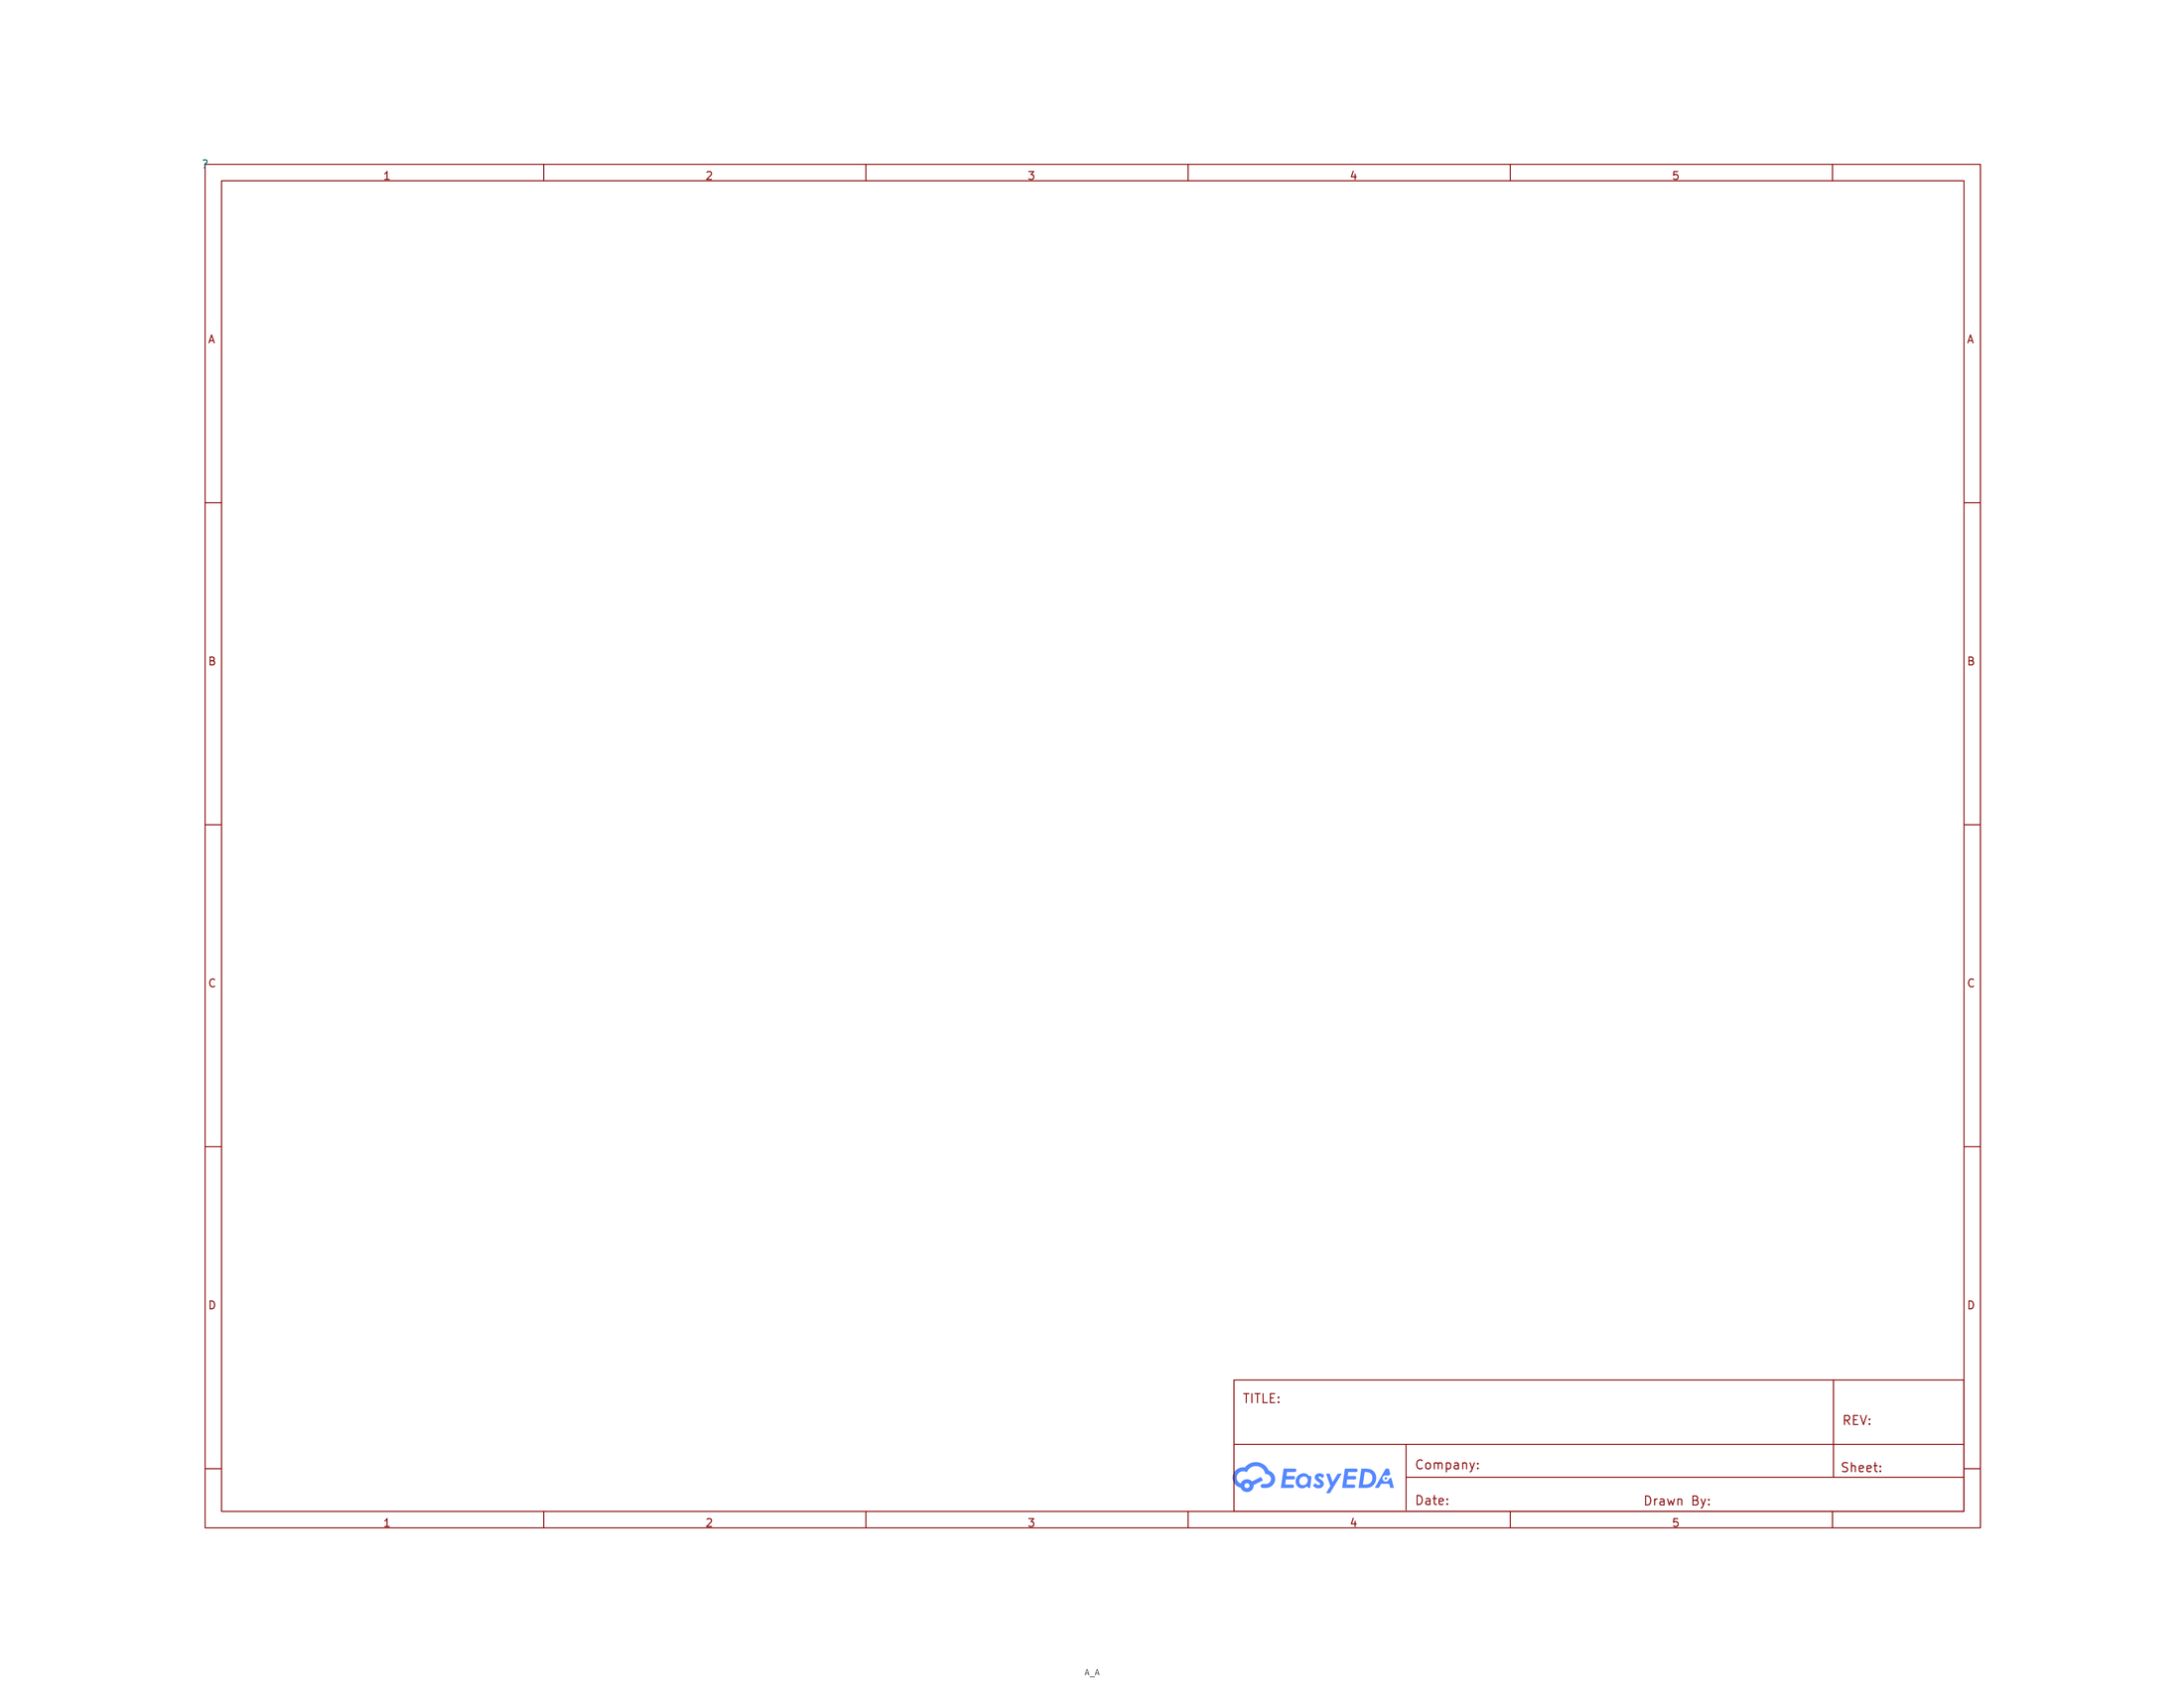
<source format=kicad_sym>
(kicad_symbol_lib
  (version 20231120)
  (generator "kicad_symbol_editor")
  (generator_version "8.0")
  (symbol "A_A"
    (property "Reference" ""
      (at 0 0 0)
      (effects (font (size 1.27 1.27))))
    (property "Value" ""
      (at 0 0 0)
      (effects (font (size 1.27 1.27))))
    (symbol "A_A_0_0"
      (polyline (pts (xy 174.221 -203.75) (xy 175.014 -202.439) (xy 175.627 -202.439) (xy 173.806 -205.457) (xy 173.206 -205.457) (xy 173.864 -204.348) (xy 173.212 -202.439) (xy 173.77 -202.439) (xy 174.221 -203.75)) (stroke (width -0.0001) (type solid)) (fill (type color) (color 85 136 255 1)))
      (polyline (pts (xy 183.15 -202.563) (xy 182.718 -202.79) (xy 182.702 -202.78) (xy 182.686 -202.771) (xy 182.67 -202.762) (xy 182.654 -202.754) (xy 182.637 -202.746) (xy 182.619 -202.739) (xy 182.601 -202.733) (xy 182.583 -202.727) (xy 182.565 -202.722) (xy 182.546 -202.717) (xy 182.527 -202.713) (xy 182.508 -202.71) (xy 182.489 -202.707) (xy 182.469 -202.705) (xy 182.449 -202.704) (xy 182.429 -202.704) (xy 182.403 -202.704) (xy 182.377 -202.706) (xy 182.352 -202.709) (xy 182.327 -202.714) (xy 182.303 -202.719) (xy 182.279 -202.726) (xy 182.255 -202.733) (xy 182.232 -202.742) (xy 182.21 -202.751) (xy 182.188 -202.762) (xy 182.167 -202.774) (xy 182.146 -202.786) (xy 182.126 -202.8) (xy 182.107 -202.814) (xy 182.089 -202.829) (xy 182.071 -202.845) (xy 182.055 -202.862) (xy 182.039 -202.879) (xy 182.024 -202.898) (xy 182.01 -202.916) (xy 181.997 -202.936) (xy 181.984 -202.956) (xy 181.973 -202.977) (xy 181.963 -202.998) (xy 181.954 -203.02) (xy 181.946 -203.042) (xy 181.939 -203.065) (xy 181.934 -203.089) (xy 181.929 -203.112) (xy 181.926 -203.137) (xy 181.924 -203.161) (xy 181.923 -203.186) (xy 181.924 -203.211) (xy 181.926 -203.235) (xy 181.929 -203.259) (xy 181.934 -203.283) (xy 181.939 -203.306) (xy 181.946 -203.329) (xy 181.954 -203.352) (xy 181.963 -203.374) (xy 181.973 -203.395) (xy 181.984 -203.416) (xy 181.997 -203.436) (xy 182.01 -203.455) (xy 182.024 -203.474) (xy 182.039 -203.493) (xy 182.055 -203.51) (xy 182.071 -203.527) (xy 182.089 -203.543) (xy 182.107 -203.558) (xy 182.126 -203.572) (xy 182.146 -203.585) (xy 182.167 -203.598) (xy 182.188 -203.61) (xy 182.21 -203.62) (xy 182.232 -203.63) (xy 182.255 -203.639) (xy 182.279 -203.646) (xy 182.303 -203.653) (xy 182.327 -203.658) (xy 182.352 -203.662) (xy 182.377 -203.665) (xy 182.403 -203.667) (xy 182.429 -203.668) (xy 182.453 -203.667) (xy 182.477 -203.666) (xy 182.501 -203.663) (xy 182.524 -203.659) (xy 182.547 -203.655) (xy 182.569 -203.649) (xy 182.591 -203.643) (xy 182.613 -203.635) (xy 182.634 -203.627) (xy 182.655 -203.617) (xy 182.675 -203.607) (xy 182.695 -203.596) (xy 182.714 -203.584) (xy 182.732 -203.572) (xy 182.75 -203.559) (xy 182.767 -203.545) (xy 182.783 -203.53) (xy 182.799 -203.515) (xy 182.814 -203.499) (xy 182.828 -203.482) (xy 182.842 -203.465) (xy 182.855 -203.447) (xy 182.867 -203.428) (xy 182.878 -203.409) (xy 182.888 -203.39) (xy 182.897 -203.37) (xy 182.905 -203.349) (xy 182.912 -203.328) (xy 182.919 -203.307) (xy 182.924 -203.285) (xy 182.928 -203.263) (xy 182.931 -203.241) (xy 183.28 -203.058) (xy 183.695 -204.642) (xy 183.127 -204.642) (xy 182.961 -204.008) (xy 181.722 -204.008) (xy 181.366 -204.642) (xy 180.736 -204.642) (xy 182.421 -201.667) (xy 182.916 -201.667) (xy 183.15 -202.563)) (stroke (width -0.0001) (type solid)) (fill (type color) (color 85 136 255 1)))
      (polyline (pts (xy 182.448 -202.988) (xy 182.458 -202.989) (xy 182.468 -202.99) (xy 182.478 -202.992) (xy 182.487 -202.994) (xy 182.496 -202.996) (xy 182.506 -202.999) (xy 182.514 -203.003) (xy 182.523 -203.006) (xy 182.531 -203.011) (xy 182.54 -203.015) (xy 182.548 -203.02) (xy 182.555 -203.025) (xy 182.562 -203.03) (xy 182.57 -203.036) (xy 182.576 -203.042) (xy 182.583 -203.049) (xy 182.589 -203.056) (xy 182.595 -203.063) (xy 182.6 -203.07) (xy 182.605 -203.078) (xy 182.61 -203.085) (xy 182.614 -203.093) (xy 182.618 -203.102) (xy 182.622 -203.11) (xy 182.625 -203.119) (xy 182.627 -203.127) (xy 182.63 -203.137) (xy 182.631 -203.146) (xy 182.632 -203.155) (xy 182.633 -203.164) (xy 182.633 -203.174) (xy 182.633 -203.184) (xy 182.632 -203.193) (xy 182.631 -203.202) (xy 182.63 -203.211) (xy 182.627 -203.22) (xy 182.625 -203.229) (xy 182.622 -203.238) (xy 182.618 -203.246) (xy 182.614 -203.255) (xy 182.61 -203.263) (xy 182.605 -203.27) (xy 182.6 -203.278) (xy 182.595 -203.285) (xy 182.589 -203.292) (xy 182.583 -203.299) (xy 182.576 -203.305) (xy 182.57 -203.312) (xy 182.562 -203.317) (xy 182.555 -203.323) (xy 182.548 -203.328) (xy 182.54 -203.333) (xy 182.531 -203.338) (xy 182.523 -203.342) (xy 182.514 -203.345) (xy 182.506 -203.349) (xy 182.496 -203.351) (xy 182.487 -203.354) (xy 182.478 -203.356) (xy 182.468 -203.358) (xy 182.458 -203.359) (xy 182.448 -203.36) (xy 182.438 -203.36) (xy 182.428 -203.36) (xy 182.418 -203.359) (xy 182.409 -203.358) (xy 182.399 -203.356) (xy 182.39 -203.354) (xy 182.38 -203.351) (xy 182.371 -203.349) (xy 182.363 -203.345) (xy 182.354 -203.342) (xy 182.345 -203.338) (xy 182.337 -203.333) (xy 182.329 -203.328) (xy 182.322 -203.323) (xy 182.314 -203.317) (xy 182.307 -203.312) (xy 182.3 -203.305) (xy 182.294 -203.299) (xy 182.288 -203.292) (xy 182.282 -203.285) (xy 182.277 -203.278) (xy 182.272 -203.27) (xy 182.267 -203.263) (xy 182.263 -203.255) (xy 182.259 -203.246) (xy 182.255 -203.238) (xy 182.252 -203.229) (xy 182.25 -203.22) (xy 182.247 -203.211) (xy 182.246 -203.202) (xy 182.244 -203.193) (xy 182.244 -203.184) (xy 182.243 -203.174) (xy 182.244 -203.164) (xy 182.244 -203.155) (xy 182.246 -203.146) (xy 182.247 -203.137) (xy 182.25 -203.127) (xy 182.252 -203.119) (xy 182.255 -203.11) (xy 182.259 -203.102) (xy 182.263 -203.093) (xy 182.267 -203.085) (xy 182.272 -203.078) (xy 182.277 -203.07) (xy 182.282 -203.063) (xy 182.288 -203.056) (xy 182.294 -203.049) (xy 182.3 -203.042) (xy 182.307 -203.036) (xy 182.314 -203.03) (xy 182.322 -203.025) (xy 182.329 -203.02) (xy 182.337 -203.015) (xy 182.345 -203.011) (xy 182.354 -203.006) (xy 182.363 -203.003) (xy 182.371 -202.999) (xy 182.38 -202.996) (xy 182.39 -202.994) (xy 182.399 -202.992) (xy 182.409 -202.99) (xy 182.418 -202.989) (xy 182.428 -202.988) (xy 182.438 -202.988) (xy 182.448 -202.988)) (stroke (width -0.0001) (type solid)) (fill (type color) (color 85 136 255 1)))
      (polyline (pts (xy 179.241 -201.663) (xy 179.325 -201.665) (xy 179.405 -201.668) (xy 179.482 -201.672) (xy 179.557 -201.678) (xy 179.629 -201.685) (xy 179.698 -201.693) (xy 179.764 -201.702) (xy 179.828 -201.712) (xy 179.889 -201.724) (xy 179.947 -201.737) (xy 180.002 -201.751) (xy 180.054 -201.767) (xy 180.104 -201.783) (xy 180.15 -201.801) (xy 180.195 -201.82) (xy 180.237 -201.84) (xy 180.278 -201.862) (xy 180.318 -201.885) (xy 180.357 -201.91) (xy 180.395 -201.936) (xy 180.433 -201.963) (xy 180.469 -201.992) (xy 180.504 -202.022) (xy 180.538 -202.054) (xy 180.571 -202.087) (xy 180.603 -202.121) (xy 180.634 -202.157) (xy 180.664 -202.194) (xy 180.693 -202.233) (xy 180.721 -202.273) (xy 180.749 -202.314) (xy 180.774 -202.357) (xy 180.798 -202.4) (xy 180.821 -202.444) (xy 180.842 -202.489) (xy 180.861 -202.535) (xy 180.879 -202.582) (xy 180.894 -202.629) (xy 180.909 -202.678) (xy 180.921 -202.727) (xy 180.932 -202.776) (xy 180.941 -202.827) (xy 180.949 -202.879) (xy 180.955 -202.931) (xy 180.959 -202.984) (xy 180.961 -203.038) (xy 180.962 -203.092) (xy 180.961 -203.149) (xy 180.959 -203.204) (xy 180.954 -203.259) (xy 180.948 -203.314) (xy 180.94 -203.368) (xy 180.931 -203.421) (xy 180.919 -203.474) (xy 180.906 -203.526) (xy 180.891 -203.578) (xy 180.874 -203.629) (xy 180.856 -203.68) (xy 180.835 -203.73) (xy 180.813 -203.779) (xy 180.789 -203.828) (xy 180.763 -203.876) (xy 180.736 -203.924) (xy 180.707 -203.97) (xy 180.677 -204.015) (xy 180.647 -204.058) (xy 180.615 -204.1) (xy 180.582 -204.14) (xy 180.549 -204.178) (xy 180.514 -204.215) (xy 180.479 -204.25) (xy 180.443 -204.284) (xy 180.405 -204.316) (xy 180.367 -204.347) (xy 180.328 -204.376) (xy 180.288 -204.403) (xy 180.248 -204.429) (xy 180.206 -204.453) (xy 180.163 -204.476) (xy 180.119 -204.497) (xy 180.073 -204.516) (xy 180.025 -204.535) (xy 179.974 -204.552) (xy 179.922 -204.567) (xy 179.867 -204.582) (xy 179.81 -204.595) (xy 179.752 -204.606) (xy 179.691 -204.616) (xy 179.628 -204.625) (xy 179.562 -204.633) (xy 179.495 -204.639) (xy 179.426 -204.643) (xy 179.354 -204.647) (xy 179.281 -204.649) (xy 179.205 -204.65) (xy 178.232 -204.65) (xy 178.306 -204.127) (xy 178.899 -204.127) (xy 179.093 -204.127) (xy 179.201 -204.126) (xy 179.301 -204.123) (xy 179.348 -204.12) (xy 179.393 -204.117) (xy 179.437 -204.114) (xy 179.478 -204.11) (xy 179.518 -204.105) (xy 179.555 -204.1) (xy 179.591 -204.094) (xy 179.625 -204.087) (xy 179.656 -204.08) (xy 179.686 -204.073) (xy 179.714 -204.065) (xy 179.74 -204.056) (xy 179.775 -204.043) (xy 179.809 -204.029) (xy 179.842 -204.013) (xy 179.874 -203.997) (xy 179.905 -203.979) (xy 179.935 -203.96) (xy 179.965 -203.94) (xy 179.994 -203.919) (xy 180.021 -203.897) (xy 180.048 -203.873) (xy 180.074 -203.849) (xy 180.099 -203.823) (xy 180.124 -203.797) (xy 180.147 -203.769) (xy 180.17 -203.74) (xy 180.191 -203.709) (xy 180.212 -203.678) (xy 180.232 -203.646) (xy 180.25 -203.613) (xy 180.266 -203.579) (xy 180.281 -203.544) (xy 180.295 -203.509) (xy 180.308 -203.472) (xy 180.319 -203.435) (xy 180.329 -203.396) (xy 180.338 -203.357) (xy 180.345 -203.316) (xy 180.352 -203.275) (xy 180.356 -203.233) (xy 180.36 -203.191) (xy 180.362 -203.147) (xy 180.363 -203.103) (xy 180.363 -203.066) (xy 180.361 -203.03) (xy 180.359 -202.995) (xy 180.356 -202.96) (xy 180.351 -202.927) (xy 180.346 -202.894) (xy 180.34 -202.862) (xy 180.333 -202.83) (xy 180.325 -202.799) (xy 180.316 -202.77) (xy 180.306 -202.74) (xy 180.295 -202.712) (xy 180.284 -202.684) (xy 180.271 -202.657) (xy 180.257 -202.631) (xy 180.243 -202.606) (xy 180.227 -202.581) (xy 180.211 -202.557) (xy 180.194 -202.534) (xy 180.176 -202.511) (xy 180.158 -202.489) (xy 180.138 -202.468) (xy 180.118 -202.448) (xy 180.098 -202.428) (xy 180.076 -202.409) (xy 180.054 -202.391) (xy 180.031 -202.373) (xy 180.007 -202.357) (xy 179.982 -202.34) (xy 179.957 -202.325) (xy 179.931 -202.31) (xy 179.904 -202.296) (xy 179.877 -202.283) (xy 179.848 -202.271) (xy 179.818 -202.259) (xy 179.786 -202.249) (xy 179.754 -202.239) (xy 179.721 -202.23) (xy 179.686 -202.222) (xy 179.65 -202.215) (xy 179.613 -202.208) (xy 179.576 -202.203) (xy 179.536 -202.198) (xy 179.496 -202.194) (xy 179.455 -202.191) (xy 179.412 -202.189) (xy 179.369 -202.188) (xy 179.324 -202.188) (xy 179.176 -202.188) (xy 178.899 -204.127) (xy 178.306 -204.127) (xy 178.659 -201.663) (xy 179.155 -201.663) (xy 179.241 -201.663)) (stroke (width -0.0001) (type solid)) (fill (type color) (color 85 136 255 1)))
      (polyline (pts (xy 168.358 -201.66) (xy 168.372 -201.661) (xy 168.386 -201.663) (xy 168.399 -201.665) (xy 168.413 -201.668) (xy 168.426 -201.672) (xy 168.439 -201.676) (xy 168.451 -201.68) (xy 168.464 -201.686) (xy 168.476 -201.692) (xy 168.487 -201.698) (xy 168.498 -201.705) (xy 168.509 -201.712) (xy 168.52 -201.72) (xy 168.53 -201.729) (xy 168.54 -201.737) (xy 168.549 -201.747) (xy 168.558 -201.756) (xy 168.566 -201.766) (xy 168.573 -201.777) (xy 168.581 -201.787) (xy 168.588 -201.798) (xy 168.594 -201.81) (xy 168.599 -201.821) (xy 168.604 -201.834) (xy 168.609 -201.846) (xy 168.612 -201.858) (xy 168.615 -201.871) (xy 168.618 -201.884) (xy 168.62 -201.897) (xy 168.621 -201.911) (xy 168.621 -201.924) (xy 168.621 -201.938) (xy 168.62 -201.951) (xy 168.618 -201.965) (xy 168.615 -201.978) (xy 168.612 -201.99) (xy 168.609 -202.003) (xy 168.604 -202.015) (xy 168.599 -202.027) (xy 168.594 -202.039) (xy 168.588 -202.05) (xy 168.581 -202.061) (xy 168.573 -202.072) (xy 168.566 -202.083) (xy 168.558 -202.093) (xy 168.549 -202.102) (xy 168.54 -202.112) (xy 168.53 -202.12) (xy 168.52 -202.129) (xy 168.509 -202.137) (xy 168.498 -202.144) (xy 168.487 -202.151) (xy 168.476 -202.157) (xy 168.464 -202.163) (xy 168.451 -202.168) (xy 168.439 -202.173) (xy 168.426 -202.177) (xy 168.413 -202.181) (xy 168.399 -202.184) (xy 168.386 -202.186) (xy 168.372 -202.188) (xy 168.358 -202.189) (xy 168.343 -202.189) (xy 167.172 -202.191) (xy 167.081 -202.811) (xy 168.179 -202.811) (xy 168.192 -202.813) (xy 168.204 -202.816) (xy 168.215 -202.819) (xy 168.227 -202.823) (xy 168.238 -202.827) (xy 168.25 -202.832) (xy 168.26 -202.837) (xy 168.271 -202.842) (xy 168.281 -202.848) (xy 168.291 -202.854) (xy 168.301 -202.861) (xy 168.31 -202.868) (xy 168.319 -202.876) (xy 168.328 -202.883) (xy 168.336 -202.892) (xy 168.344 -202.9) (xy 168.351 -202.909) (xy 168.358 -202.918) (xy 168.365 -202.928) (xy 168.371 -202.937) (xy 168.377 -202.947) (xy 168.382 -202.958) (xy 168.387 -202.968) (xy 168.392 -202.979) (xy 168.395 -202.99) (xy 168.399 -203.001) (xy 168.401 -203.013) (xy 168.404 -203.024) (xy 168.405 -203.036) (xy 168.407 -203.048) (xy 168.407 -203.06) (xy 168.407 -203.073) (xy 168.407 -203.086) (xy 168.406 -203.1) (xy 168.404 -203.113) (xy 168.402 -203.126) (xy 168.399 -203.139) (xy 168.395 -203.151) (xy 168.39 -203.164) (xy 168.385 -203.176) (xy 168.38 -203.187) (xy 168.374 -203.199) (xy 168.367 -203.21) (xy 168.36 -203.221) (xy 168.352 -203.231) (xy 168.344 -203.241) (xy 168.335 -203.251) (xy 168.326 -203.26) (xy 168.316 -203.269) (xy 168.306 -203.277) (xy 168.296 -203.285) (xy 168.285 -203.292) (xy 168.273 -203.299) (xy 168.262 -203.305) (xy 168.25 -203.311) (xy 168.238 -203.317) (xy 168.225 -203.321) (xy 168.212 -203.326) (xy 168.199 -203.329) (xy 168.185 -203.332) (xy 168.172 -203.334) (xy 168.158 -203.336) (xy 168.144 -203.337) (xy 168.13 -203.338) (xy 167.001 -203.336) (xy 166.886 -204.129) (xy 167.981 -204.127) (xy 167.995 -204.128) (xy 168.009 -204.129) (xy 168.023 -204.131) (xy 168.037 -204.133) (xy 168.05 -204.136) (xy 168.063 -204.139) (xy 168.076 -204.143) (xy 168.088 -204.148) (xy 168.1 -204.153) (xy 168.112 -204.159) (xy 168.124 -204.166) (xy 168.135 -204.172) (xy 168.145 -204.18) (xy 168.156 -204.187) (xy 168.166 -204.196) (xy 168.175 -204.204) (xy 168.185 -204.213) (xy 168.193 -204.223) (xy 168.201 -204.233) (xy 168.209 -204.243) (xy 168.216 -204.254) (xy 168.223 -204.265) (xy 168.229 -204.276) (xy 168.234 -204.287) (xy 168.239 -204.299) (xy 168.244 -204.312) (xy 168.247 -204.324) (xy 168.25 -204.337) (xy 168.253 -204.35) (xy 168.255 -204.363) (xy 168.256 -204.376) (xy 168.256 -204.389) (xy 168.256 -204.403) (xy 168.255 -204.416) (xy 168.253 -204.428) (xy 168.25 -204.441) (xy 168.248 -204.453) (xy 168.244 -204.465) (xy 168.24 -204.477) (xy 168.235 -204.489) (xy 168.23 -204.501) (xy 168.224 -204.512) (xy 168.217 -204.523) (xy 168.21 -204.533) (xy 168.203 -204.543) (xy 168.195 -204.553) (xy 168.186 -204.562) (xy 168.177 -204.571) (xy 168.168 -204.58) (xy 168.158 -204.588) (xy 168.148 -204.596) (xy 168.138 -204.603) (xy 168.127 -204.61) (xy 168.115 -204.616) (xy 168.104 -204.622) (xy 168.092 -204.628) (xy 168.08 -204.632) (xy 168.067 -204.637) (xy 168.055 -204.64) (xy 168.042 -204.643) (xy 168.028 -204.646) (xy 168.015 -204.648) (xy 168.001 -204.649) (xy 167.988 -204.65) (xy 166.221 -204.65) (xy 166.652 -201.66) (xy 168.343 -201.66) (xy 168.358 -201.66)) (stroke (width -0.0001) (type solid)) (fill (type color) (color 85 136 255 1)))
      (polyline (pts (xy 177.82 -201.661) (xy 177.834 -201.662) (xy 177.848 -201.664) (xy 177.862 -201.667) (xy 177.875 -201.669) (xy 177.889 -201.673) (xy 177.902 -201.677) (xy 177.914 -201.682) (xy 177.927 -201.687) (xy 177.939 -201.693) (xy 177.95 -201.7) (xy 177.962 -201.706) (xy 177.972 -201.714) (xy 177.983 -201.722) (xy 177.993 -201.73) (xy 178.003 -201.739) (xy 178.012 -201.748) (xy 178.021 -201.757) (xy 178.029 -201.767) (xy 178.037 -201.778) (xy 178.044 -201.788) (xy 178.051 -201.799) (xy 178.057 -201.811) (xy 178.063 -201.822) (xy 178.068 -201.834) (xy 178.073 -201.846) (xy 178.077 -201.859) (xy 178.08 -201.872) (xy 178.083 -201.885) (xy 178.084 -201.898) (xy 178.086 -201.911) (xy 178.087 -201.924) (xy 178.086 -201.938) (xy 178.085 -201.951) (xy 178.083 -201.965) (xy 178.081 -201.978) (xy 178.078 -201.99) (xy 178.074 -202.003) (xy 178.07 -202.015) (xy 178.065 -202.027) (xy 178.059 -202.039) (xy 178.053 -202.05) (xy 178.046 -202.061) (xy 178.039 -202.072) (xy 178.031 -202.083) (xy 178.023 -202.093) (xy 178.014 -202.102) (xy 178.005 -202.112) (xy 177.995 -202.12) (xy 177.985 -202.129) (xy 177.975 -202.137) (xy 177.964 -202.144) (xy 177.952 -202.151) (xy 177.941 -202.157) (xy 177.929 -202.163) (xy 177.917 -202.168) (xy 177.904 -202.173) (xy 177.891 -202.177) (xy 177.878 -202.181) (xy 177.865 -202.184) (xy 177.851 -202.186) (xy 177.837 -202.188) (xy 177.823 -202.189) (xy 177.809 -202.189) (xy 176.637 -202.191) (xy 176.546 -202.811) (xy 177.645 -202.811) (xy 177.657 -202.813) (xy 177.669 -202.816) (xy 177.681 -202.819) (xy 177.692 -202.823) (xy 177.704 -202.827) (xy 177.715 -202.832) (xy 177.726 -202.837) (xy 177.736 -202.842) (xy 177.746 -202.848) (xy 177.756 -202.854) (xy 177.766 -202.861) (xy 177.775 -202.868) (xy 177.785 -202.875) (xy 177.793 -202.883) (xy 177.802 -202.891) (xy 177.81 -202.9) (xy 177.817 -202.909) (xy 177.824 -202.918) (xy 177.831 -202.927) (xy 177.837 -202.937) (xy 177.843 -202.947) (xy 177.849 -202.957) (xy 177.854 -202.968) (xy 177.858 -202.978) (xy 177.862 -202.989) (xy 177.866 -203) (xy 177.869 -203.012) (xy 177.871 -203.023) (xy 177.873 -203.035) (xy 177.875 -203.047) (xy 177.875 -203.059) (xy 177.876 -203.071) (xy 177.875 -203.085) (xy 177.874 -203.098) (xy 177.873 -203.112) (xy 177.87 -203.125) (xy 177.867 -203.137) (xy 177.863 -203.15) (xy 177.859 -203.162) (xy 177.854 -203.174) (xy 177.848 -203.186) (xy 177.842 -203.197) (xy 177.835 -203.208) (xy 177.828 -203.219) (xy 177.821 -203.23) (xy 177.812 -203.24) (xy 177.804 -203.249) (xy 177.794 -203.258) (xy 177.785 -203.267) (xy 177.774 -203.275) (xy 177.764 -203.283) (xy 177.753 -203.291) (xy 177.742 -203.298) (xy 177.73 -203.304) (xy 177.718 -203.31) (xy 177.706 -203.315) (xy 177.693 -203.32) (xy 177.68 -203.324) (xy 177.667 -203.328) (xy 177.654 -203.331) (xy 177.64 -203.333) (xy 177.626 -203.335) (xy 177.612 -203.336) (xy 177.598 -203.336) (xy 176.468 -203.335) (xy 176.353 -204.127) (xy 177.448 -204.126) (xy 177.462 -204.126) (xy 177.476 -204.127) (xy 177.49 -204.129) (xy 177.504 -204.131) (xy 177.517 -204.134) (xy 177.53 -204.138) (xy 177.543 -204.142) (xy 177.555 -204.147) (xy 177.567 -204.152) (xy 177.579 -204.158) (xy 177.59 -204.164) (xy 177.602 -204.171) (xy 177.612 -204.178) (xy 177.623 -204.186) (xy 177.633 -204.194) (xy 177.642 -204.203) (xy 177.651 -204.212) (xy 177.66 -204.221) (xy 177.668 -204.231) (xy 177.676 -204.242) (xy 177.683 -204.252) (xy 177.69 -204.263) (xy 177.696 -204.274) (xy 177.701 -204.286) (xy 177.706 -204.298) (xy 177.71 -204.31) (xy 177.714 -204.322) (xy 177.717 -204.335) (xy 177.72 -204.348) (xy 177.721 -204.361) (xy 177.722 -204.374) (xy 177.723 -204.388) (xy 177.722 -204.401) (xy 177.721 -204.414) (xy 177.72 -204.427) (xy 177.717 -204.439) (xy 177.714 -204.452) (xy 177.711 -204.464) (xy 177.707 -204.476) (xy 177.702 -204.488) (xy 177.696 -204.499) (xy 177.69 -204.51) (xy 177.684 -204.521) (xy 177.677 -204.531) (xy 177.67 -204.542) (xy 177.662 -204.551) (xy 177.653 -204.561) (xy 177.644 -204.57) (xy 177.635 -204.578) (xy 177.625 -204.587) (xy 177.615 -204.594) (xy 177.605 -204.602) (xy 177.594 -204.609) (xy 177.582 -204.615) (xy 177.571 -204.621) (xy 177.559 -204.626) (xy 177.547 -204.631) (xy 177.534 -204.635) (xy 177.522 -204.639) (xy 177.509 -204.642) (xy 177.495 -204.644) (xy 177.482 -204.646) (xy 177.468 -204.648) (xy 177.454 -204.648) (xy 175.687 -204.648) (xy 176.114 -201.661) (xy 177.806 -201.661) (xy 177.82 -201.661)) (stroke (width -0.0001) (type solid)) (fill (type color) (color 85 136 255 1)))
      (polyline (pts (xy 169.783 -202.384) (xy 169.811 -202.386) (xy 169.841 -202.387) (xy 169.87 -202.39) (xy 169.901 -202.393) (xy 169.931 -202.397) (xy 169.962 -202.402) (xy 169.992 -202.407) (xy 170.023 -202.414) (xy 170.052 -202.421) (xy 170.082 -202.428) (xy 170.11 -202.437) (xy 170.138 -202.446) (xy 170.164 -202.456) (xy 170.189 -202.466) (xy 170.213 -202.478) (xy 170.235 -202.49) (xy 170.257 -202.502) (xy 170.278 -202.516) (xy 170.299 -202.53) (xy 170.319 -202.545) (xy 170.339 -202.56) (xy 170.359 -202.576) (xy 170.378 -202.593) (xy 170.396 -202.61) (xy 170.414 -202.628) (xy 170.432 -202.647) (xy 170.449 -202.667) (xy 170.465 -202.687) (xy 170.482 -202.708) (xy 170.497 -202.729) (xy 170.512 -202.751) (xy 170.533 -202.787) (xy 170.728 -202.787) (xy 170.739 -202.788) (xy 170.75 -202.788) (xy 170.761 -202.79) (xy 170.771 -202.792) (xy 170.782 -202.794) (xy 170.792 -202.797) (xy 170.802 -202.8) (xy 170.812 -202.804) (xy 170.822 -202.809) (xy 170.831 -202.813) (xy 170.84 -202.818) (xy 170.849 -202.823) (xy 170.858 -202.829) (xy 170.866 -202.835) (xy 170.874 -202.842) (xy 170.881 -202.849) (xy 170.888 -202.856) (xy 170.895 -202.864) (xy 170.901 -202.871) (xy 170.908 -202.88) (xy 170.913 -202.888) (xy 170.918 -202.897) (xy 170.923 -202.906) (xy 170.928 -202.915) (xy 170.931 -202.924) (xy 170.935 -202.934) (xy 170.938 -202.944) (xy 170.94 -202.954) (xy 170.942 -202.964) (xy 170.943 -202.974) (xy 170.944 -202.985) (xy 170.945 -202.995) (xy 170.948 -202.995) (xy 170.75 -204.586) (xy 170.742 -204.65) (xy 170.685 -204.65) (xy 170.663 -204.648) (xy 170.64 -204.645) (xy 170.618 -204.642) (xy 170.596 -204.637) (xy 170.575 -204.632) (xy 170.553 -204.627) (xy 170.532 -204.62) (xy 170.512 -204.613) (xy 170.491 -204.605) (xy 170.471 -204.596) (xy 170.452 -204.587) (xy 170.433 -204.577) (xy 170.414 -204.566) (xy 170.396 -204.555) (xy 170.378 -204.543) (xy 170.361 -204.531) (xy 170.359 -204.53) (xy 170.354 -204.526) (xy 170.337 -204.513) (xy 170.287 -204.472) (xy 170.214 -204.412) (xy 170.191 -204.432) (xy 170.168 -204.451) (xy 170.146 -204.47) (xy 170.123 -204.488) (xy 170.101 -204.505) (xy 170.079 -204.521) (xy 170.057 -204.537) (xy 170.035 -204.551) (xy 170.014 -204.565) (xy 169.992 -204.578) (xy 169.971 -204.591) (xy 169.95 -204.602) (xy 169.929 -204.613) (xy 169.909 -204.623) (xy 169.888 -204.632) (xy 169.868 -204.641) (xy 169.847 -204.649) (xy 169.827 -204.656) (xy 169.806 -204.663) (xy 169.785 -204.67) (xy 169.763 -204.676) (xy 169.741 -204.681) (xy 169.719 -204.686) (xy 169.697 -204.69) (xy 169.674 -204.694) (xy 169.651 -204.697) (xy 169.628 -204.7) (xy 169.604 -204.702) (xy 169.58 -204.704) (xy 169.555 -204.705) (xy 169.531 -204.706) (xy 169.506 -204.706) (xy 169.449 -204.705) (xy 169.393 -204.701) (xy 169.339 -204.695) (xy 169.287 -204.686) (xy 169.236 -204.675) (xy 169.186 -204.661) (xy 169.138 -204.644) (xy 169.092 -204.626) (xy 169.047 -204.604) (xy 169.003 -204.58) (xy 168.961 -204.554) (xy 168.92 -204.525) (xy 168.881 -204.493) (xy 168.843 -204.459) (xy 168.807 -204.423) (xy 168.772 -204.383) (xy 168.74 -204.343) (xy 168.709 -204.301) (xy 168.68 -204.258) (xy 168.654 -204.215) (xy 168.629 -204.171) (xy 168.607 -204.126) (xy 168.587 -204.081) (xy 168.569 -204.034) (xy 168.553 -203.987) (xy 168.539 -203.939) (xy 168.527 -203.889) (xy 168.518 -203.84) (xy 168.511 -203.789) (xy 168.505 -203.738) (xy 168.502 -203.685) (xy 168.501 -203.645) (xy 169.069 -203.645) (xy 169.07 -203.678) (xy 169.071 -203.709) (xy 169.075 -203.739) (xy 169.079 -203.769) (xy 169.084 -203.798) (xy 169.091 -203.826) (xy 169.1 -203.853) (xy 169.109 -203.88) (xy 169.12 -203.905) (xy 169.131 -203.93) (xy 169.145 -203.954) (xy 169.159 -203.978) (xy 169.175 -204) (xy 169.192 -204.022) (xy 169.21 -204.043) (xy 169.23 -204.064) (xy 169.25 -204.083) (xy 169.271 -204.101) (xy 169.293 -204.118) (xy 169.316 -204.134) (xy 169.339 -204.148) (xy 169.363 -204.161) (xy 169.388 -204.173) (xy 169.414 -204.183) (xy 169.44 -204.192) (xy 169.467 -204.201) (xy 169.494 -204.207) (xy 169.523 -204.213) (xy 169.552 -204.217) (xy 169.581 -204.22) (xy 169.612 -204.222) (xy 169.643 -204.223) (xy 169.669 -204.222) (xy 169.695 -204.221) (xy 169.72 -204.22) (xy 169.745 -204.217) (xy 169.769 -204.214) (xy 169.793 -204.21) (xy 169.817 -204.206) (xy 169.84 -204.2) (xy 169.863 -204.195) (xy 169.885 -204.188) (xy 169.907 -204.18) (xy 169.928 -204.173) (xy 169.949 -204.164) (xy 169.97 -204.154) (xy 169.99 -204.144) (xy 170.01 -204.133) (xy 170.029 -204.122) (xy 170.048 -204.109) (xy 170.067 -204.096) (xy 170.085 -204.082) (xy 170.103 -204.068) (xy 170.12 -204.052) (xy 170.137 -204.036) (xy 170.154 -204.019) (xy 170.17 -204.001) (xy 170.186 -203.982) (xy 170.201 -203.963) (xy 170.216 -203.942) (xy 170.231 -203.921) (xy 170.245 -203.9) (xy 170.259 -203.877) (xy 170.272 -203.854) (xy 170.285 -203.83) (xy 170.297 -203.806) (xy 170.308 -203.782) (xy 170.318 -203.758) (xy 170.328 -203.734) (xy 170.336 -203.71) (xy 170.344 -203.685) (xy 170.351 -203.661) (xy 170.358 -203.637) (xy 170.363 -203.612) (xy 170.368 -203.588) (xy 170.371 -203.563) (xy 170.374 -203.538) (xy 170.376 -203.514) (xy 170.378 -203.489) (xy 170.378 -203.464) (xy 170.377 -203.431) (xy 170.376 -203.4) (xy 170.373 -203.369) (xy 170.368 -203.339) (xy 170.363 -203.31) (xy 170.356 -203.281) (xy 170.348 -203.254) (xy 170.338 -203.227) (xy 170.328 -203.201) (xy 170.316 -203.176) (xy 170.303 -203.152) (xy 170.289 -203.128) (xy 170.273 -203.105) (xy 170.256 -203.083) (xy 170.238 -203.062) (xy 170.219 -203.042) (xy 170.199 -203.022) (xy 170.178 -203.004) (xy 170.156 -202.988) (xy 170.133 -202.972) (xy 170.109 -202.958) (xy 170.085 -202.945) (xy 170.06 -202.933) (xy 170.034 -202.922) (xy 170.007 -202.913) (xy 169.98 -202.905) (xy 169.951 -202.898) (xy 169.922 -202.892) (xy 169.892 -202.888) (xy 169.862 -202.885) (xy 169.83 -202.883) (xy 169.798 -202.882) (xy 169.76 -202.883) (xy 169.723 -202.886) (xy 169.687 -202.89) (xy 169.651 -202.896) (xy 169.617 -202.903) (xy 169.583 -202.912) (xy 169.549 -202.923) (xy 169.517 -202.935) (xy 169.485 -202.949) (xy 169.453 -202.965) (xy 169.423 -202.982) (xy 169.393 -203.002) (xy 169.364 -203.023) (xy 169.336 -203.045) (xy 169.308 -203.069) (xy 169.281 -203.095) (xy 169.255 -203.122) (xy 169.231 -203.151) (xy 169.209 -203.18) (xy 169.188 -203.21) (xy 169.169 -203.241) (xy 169.152 -203.273) (xy 169.136 -203.306) (xy 169.122 -203.34) (xy 169.109 -203.375) (xy 169.099 -203.41) (xy 169.089 -203.447) (xy 169.082 -203.485) (xy 169.076 -203.524) (xy 169.072 -203.563) (xy 169.07 -203.604) (xy 169.069 -203.645) (xy 168.501 -203.645) (xy 168.501 -203.632) (xy 168.502 -203.591) (xy 168.504 -203.551) (xy 168.507 -203.511) (xy 168.512 -203.471) (xy 168.518 -203.431) (xy 168.526 -203.392) (xy 168.535 -203.352) (xy 168.545 -203.313) (xy 168.557 -203.275) (xy 168.57 -203.236) (xy 168.584 -203.198) (xy 168.6 -203.16) (xy 168.617 -203.122) (xy 168.635 -203.084) (xy 168.655 -203.047) (xy 168.676 -203.01) (xy 168.698 -202.974) (xy 168.721 -202.938) (xy 168.745 -202.904) (xy 168.77 -202.87) (xy 168.796 -202.838) (xy 168.823 -202.806) (xy 168.85 -202.776) (xy 168.879 -202.747) (xy 168.909 -202.719) (xy 168.939 -202.691) (xy 168.971 -202.665) (xy 169.003 -202.64) (xy 169.037 -202.616) (xy 169.071 -202.593) (xy 169.106 -202.57) (xy 169.142 -202.549) (xy 169.179 -202.529) (xy 169.216 -202.511) (xy 169.253 -202.493) (xy 169.29 -202.477) (xy 169.328 -202.462) (xy 169.366 -202.449) (xy 169.404 -202.436) (xy 169.442 -202.425) (xy 169.48 -202.416) (xy 169.519 -202.407) (xy 169.558 -202.4) (xy 169.597 -202.394) (xy 169.636 -202.39) (xy 169.676 -202.387) (xy 169.715 -202.385) (xy 169.756 -202.384) (xy 169.783 -202.384)) (stroke (width -0.0001) (type solid)) (fill (type color) (color 85 136 255 1)))
      (polyline (pts (xy 172.23 -202.383) (xy 172.256 -202.384) (xy 172.282 -202.386) (xy 172.308 -202.388) (xy 172.333 -202.392) (xy 172.359 -202.396) (xy 172.384 -202.401) (xy 172.41 -202.406) (xy 172.435 -202.412) (xy 172.459 -202.42) (xy 172.484 -202.427) (xy 172.509 -202.436) (xy 172.533 -202.445) (xy 172.557 -202.455) (xy 172.581 -202.466) (xy 172.605 -202.478) (xy 172.628 -202.49) (xy 172.651 -202.503) (xy 172.674 -202.517) (xy 172.696 -202.531) (xy 172.717 -202.546) (xy 172.738 -202.561) (xy 172.758 -202.577) (xy 172.778 -202.594) (xy 172.798 -202.611) (xy 172.817 -202.629) (xy 172.835 -202.647) (xy 172.853 -202.666) (xy 172.87 -202.686) (xy 172.887 -202.706) (xy 172.904 -202.727) (xy 172.92 -202.749) (xy 172.649 -203.164) (xy 172.635 -203.145) (xy 172.622 -203.127) (xy 172.609 -203.11) (xy 172.595 -203.094) (xy 172.582 -203.078) (xy 172.568 -203.063) (xy 172.554 -203.048) (xy 172.541 -203.034) (xy 172.527 -203.021) (xy 172.513 -203.008) (xy 172.499 -202.996) (xy 172.485 -202.984) (xy 172.471 -202.974) (xy 172.457 -202.963) (xy 172.443 -202.954) (xy 172.429 -202.945) (xy 172.414 -202.936) (xy 172.4 -202.929) (xy 172.386 -202.921) (xy 172.372 -202.915) (xy 172.358 -202.908) (xy 172.344 -202.903) (xy 172.331 -202.897) (xy 172.317 -202.893) (xy 172.304 -202.888) (xy 172.291 -202.885) (xy 172.277 -202.882) (xy 172.264 -202.879) (xy 172.251 -202.877) (xy 172.238 -202.876) (xy 172.226 -202.875) (xy 172.213 -202.875) (xy 172.204 -202.875) (xy 172.195 -202.876) (xy 172.186 -202.876) (xy 172.177 -202.877) (xy 172.168 -202.879) (xy 172.16 -202.881) (xy 172.151 -202.883) (xy 172.143 -202.885) (xy 172.135 -202.888) (xy 172.127 -202.891) (xy 172.119 -202.894) (xy 172.112 -202.898) (xy 172.105 -202.901) (xy 172.097 -202.906) (xy 172.09 -202.91) (xy 172.084 -202.915) (xy 172.077 -202.92) (xy 172.071 -202.925) (xy 172.065 -202.93) (xy 172.06 -202.936) (xy 172.055 -202.941) (xy 172.051 -202.947) (xy 172.047 -202.952) (xy 172.043 -202.958) (xy 172.04 -202.963) (xy 172.037 -202.969) (xy 172.035 -202.975) (xy 172.033 -202.981) (xy 172.032 -202.987) (xy 172.031 -202.993) (xy 172.03 -203) (xy 172.031 -203.006) (xy 172.031 -203.012) (xy 172.031 -203.018) (xy 172.032 -203.024) (xy 172.033 -203.03) (xy 172.035 -203.037) (xy 172.036 -203.043) (xy 172.039 -203.049) (xy 172.041 -203.055) (xy 172.044 -203.061) (xy 172.047 -203.067) (xy 172.05 -203.073) (xy 172.054 -203.079) (xy 172.058 -203.086) (xy 172.063 -203.092) (xy 172.068 -203.098) (xy 172.073 -203.104) (xy 172.078 -203.111) (xy 172.085 -203.118) (xy 172.103 -203.134) (xy 172.126 -203.154) (xy 172.154 -203.176) (xy 172.187 -203.201) (xy 172.225 -203.228) (xy 172.269 -203.259) (xy 172.318 -203.293) (xy 172.358 -203.321) (xy 172.396 -203.348) (xy 172.433 -203.374) (xy 172.468 -203.401) (xy 172.5 -203.426) (xy 172.532 -203.452) (xy 172.561 -203.476) (xy 172.589 -203.5) (xy 172.615 -203.524) (xy 172.639 -203.547) (xy 172.662 -203.57) (xy 172.683 -203.592) (xy 172.702 -203.613) (xy 172.719 -203.635) (xy 172.735 -203.655) (xy 172.748 -203.675) (xy 172.761 -203.695) (xy 172.773 -203.716) (xy 172.783 -203.736) (xy 172.793 -203.757) (xy 172.803 -203.778) (xy 172.811 -203.799) (xy 172.819 -203.82) (xy 172.826 -203.842) (xy 172.832 -203.864) (xy 172.837 -203.886) (xy 172.841 -203.908) (xy 172.845 -203.93) (xy 172.848 -203.953) (xy 172.85 -203.976) (xy 172.851 -203.999) (xy 172.851 -204.022) (xy 172.851 -204.053) (xy 172.848 -204.083) (xy 172.844 -204.113) (xy 172.838 -204.143) (xy 172.831 -204.173) (xy 172.822 -204.203) (xy 172.811 -204.232) (xy 172.798 -204.261) (xy 172.784 -204.29) (xy 172.769 -204.319) (xy 172.751 -204.348) (xy 172.732 -204.376) (xy 172.711 -204.404) (xy 172.689 -204.432) (xy 172.665 -204.46) (xy 172.639 -204.488) (xy 172.612 -204.514) (xy 172.583 -204.539) (xy 172.553 -204.562) (xy 172.521 -204.583) (xy 172.488 -204.603) (xy 172.453 -204.621) (xy 172.417 -204.637) (xy 172.379 -204.651) (xy 172.34 -204.664) (xy 172.299 -204.675) (xy 172.257 -204.685) (xy 172.214 -204.692) (xy 172.168 -204.698) (xy 172.122 -204.703) (xy 172.074 -204.705) (xy 172.024 -204.706) (xy 171.995 -204.706) (xy 171.967 -204.705) (xy 171.939 -204.703) (xy 171.911 -204.701) (xy 171.883 -204.697) (xy 171.856 -204.694) (xy 171.829 -204.689) (xy 171.802 -204.684) (xy 171.776 -204.678) (xy 171.75 -204.671) (xy 171.724 -204.664) (xy 171.699 -204.656) (xy 171.674 -204.647) (xy 171.65 -204.638) (xy 171.625 -204.628) (xy 171.601 -204.617) (xy 171.578 -204.605) (xy 171.553 -204.592) (xy 171.529 -204.578) (xy 171.504 -204.563) (xy 171.478 -204.546) (xy 171.453 -204.529) (xy 171.427 -204.51) (xy 171.4 -204.49) (xy 171.374 -204.469) (xy 171.347 -204.447) (xy 171.319 -204.423) (xy 171.291 -204.399) (xy 171.263 -204.373) (xy 171.235 -204.346) (xy 171.177 -204.29) (xy 171.528 -203.9) (xy 171.558 -203.936) (xy 171.589 -203.97) (xy 171.619 -204.002) (xy 171.65 -204.032) (xy 171.682 -204.059) (xy 171.714 -204.083) (xy 171.746 -204.106) (xy 171.778 -204.125) (xy 171.811 -204.143) (xy 171.844 -204.158) (xy 171.878 -204.171) (xy 171.912 -204.182) (xy 171.946 -204.19) (xy 171.981 -204.196) (xy 172.016 -204.199) (xy 172.051 -204.2) (xy 172.065 -204.2) (xy 172.078 -204.2) (xy 172.091 -204.198) (xy 172.104 -204.197) (xy 172.117 -204.195) (xy 172.129 -204.193) (xy 172.14 -204.19) (xy 172.152 -204.187) (xy 172.163 -204.184) (xy 172.173 -204.18) (xy 172.184 -204.176) (xy 172.194 -204.171) (xy 172.203 -204.166) (xy 172.213 -204.16) (xy 172.222 -204.155) (xy 172.23 -204.148) (xy 172.238 -204.142) (xy 172.246 -204.135) (xy 172.253 -204.128) (xy 172.26 -204.121) (xy 172.266 -204.113) (xy 172.271 -204.106) (xy 172.276 -204.099) (xy 172.281 -204.091) (xy 172.285 -204.083) (xy 172.288 -204.075) (xy 172.291 -204.067) (xy 172.293 -204.059) (xy 172.295 -204.051) (xy 172.296 -204.042) (xy 172.297 -204.034) (xy 172.297 -204.025) (xy 172.297 -204.018) (xy 172.297 -204.01) (xy 172.296 -204.003) (xy 172.294 -203.996) (xy 172.292 -203.988) (xy 172.29 -203.981) (xy 172.287 -203.974) (xy 172.285 -203.967) (xy 172.281 -203.959) (xy 172.277 -203.952) (xy 172.273 -203.945) (xy 172.268 -203.937) (xy 172.263 -203.93) (xy 172.258 -203.922) (xy 172.252 -203.915) (xy 172.246 -203.907) (xy 172.239 -203.899) (xy 172.23 -203.891) (xy 172.209 -203.871) (xy 172.182 -203.849) (xy 172.15 -203.824) (xy 172.112 -203.795) (xy 172.069 -203.764) (xy 172.021 -203.73) (xy 171.967 -203.693) (xy 171.934 -203.671) (xy 171.904 -203.649) (xy 171.874 -203.628) (xy 171.845 -203.607) (xy 171.818 -203.586) (xy 171.792 -203.566) (xy 171.768 -203.547) (xy 171.744 -203.527) (xy 171.722 -203.508) (xy 171.701 -203.489) (xy 171.682 -203.471) (xy 171.663 -203.454) (xy 171.647 -203.436) (xy 171.631 -203.419) (xy 171.616 -203.403) (xy 171.603 -203.387) (xy 171.586 -203.364) (xy 171.57 -203.342) (xy 171.555 -203.319) (xy 171.542 -203.296) (xy 171.529 -203.273) (xy 171.517 -203.25) (xy 171.507 -203.226) (xy 171.498 -203.203) (xy 171.489 -203.179) (xy 171.482 -203.155) (xy 171.476 -203.131) (xy 171.471 -203.107) (xy 171.468 -203.083) (xy 171.465 -203.058) (xy 171.463 -203.034) (xy 171.463 -203.009) (xy 171.463 -202.975) (xy 171.466 -202.941) (xy 171.47 -202.909) (xy 171.476 -202.877) (xy 171.484 -202.846) (xy 171.494 -202.815) (xy 171.505 -202.786) (xy 171.518 -202.757) (xy 171.532 -202.729) (xy 171.548 -202.702) (xy 171.567 -202.676) (xy 171.586 -202.65) (xy 171.608 -202.626) (xy 171.631 -202.602) (xy 171.656 -202.579) (xy 171.683 -202.557) (xy 171.71 -202.536) (xy 171.739 -202.516) (xy 171.768 -202.498) (xy 171.798 -202.481) (xy 171.828 -202.465) (xy 171.859 -202.451) (xy 171.891 -202.438) (xy 171.923 -202.426) (xy 171.956 -202.416) (xy 171.99 -202.407) (xy 172.024 -202.4) (xy 172.059 -202.393) (xy 172.094 -202.389) (xy 172.13 -202.385) (xy 172.167 -202.383) (xy 172.204 -202.383) (xy 172.23 -202.383)) (stroke (width -0.0001) (type solid)) (fill (type color) (color 85 136 255 1)))
      (polyline (pts (xy 162.456 -200.662) (xy 162.553 -200.668) (xy 162.649 -200.679) (xy 162.744 -200.694) (xy 162.838 -200.713) (xy 162.93 -200.735) (xy 163.022 -200.762) (xy 163.112 -200.793) (xy 163.2 -200.827) (xy 163.287 -200.866) (xy 163.372 -200.908) (xy 163.455 -200.954) (xy 163.535 -201.003) (xy 163.614 -201.056) (xy 163.69 -201.113) (xy 163.764 -201.173) (xy 163.81 -201.214) (xy 163.855 -201.256) (xy 163.898 -201.3) (xy 163.94 -201.344) (xy 163.981 -201.39) (xy 164.02 -201.436) (xy 164.057 -201.484) (xy 164.093 -201.532) (xy 164.127 -201.582) (xy 164.16 -201.632) (xy 164.191 -201.683) (xy 164.221 -201.735) (xy 164.249 -201.788) (xy 164.275 -201.842) (xy 164.299 -201.896) (xy 164.322 -201.951) (xy 164.431 -201.988) (xy 164.535 -202.034) (xy 164.635 -202.086) (xy 164.73 -202.145) (xy 164.82 -202.212) (xy 164.904 -202.284) (xy 164.982 -202.363) (xy 165.053 -202.446) (xy 165.117 -202.535) (xy 165.174 -202.629) (xy 165.224 -202.727) (xy 165.265 -202.83) (xy 165.298 -202.935) (xy 165.321 -203.044) (xy 165.33 -203.1) (xy 165.336 -203.156) (xy 165.34 -203.213) (xy 165.341 -203.271) (xy 165.339 -203.336) (xy 165.335 -203.401) (xy 165.327 -203.465) (xy 165.316 -203.529) (xy 165.302 -203.592) (xy 165.285 -203.654) (xy 165.264 -203.715) (xy 165.242 -203.775) (xy 165.215 -203.834) (xy 165.187 -203.892) (xy 165.155 -203.949) (xy 165.121 -204.005) (xy 165.083 -204.058) (xy 165.043 -204.111) (xy 165.001 -204.162) (xy 164.956 -204.211) (xy 164.909 -204.258) (xy 164.859 -204.302) (xy 164.808 -204.344) (xy 164.755 -204.384) (xy 164.7 -204.421) (xy 164.644 -204.455) (xy 164.586 -204.487) (xy 164.527 -204.517) (xy 164.466 -204.543) (xy 164.404 -204.567) (xy 164.341 -204.589) (xy 164.277 -204.607) (xy 164.212 -204.623) (xy 164.146 -204.636) (xy 164.079 -204.645) (xy 164.012 -204.653) (xy 163.984 -204.656) (xy 163.402 -204.656) (xy 163.402 -204.653) (xy 163.386 -204.651) (xy 163.371 -204.649) (xy 163.356 -204.646) (xy 163.341 -204.642) (xy 163.326 -204.638) (xy 163.312 -204.633) (xy 163.298 -204.628) (xy 163.285 -204.622) (xy 163.271 -204.615) (xy 163.258 -204.608) (xy 163.246 -204.6) (xy 163.234 -204.592) (xy 163.222 -204.583) (xy 163.211 -204.574) (xy 163.2 -204.565) (xy 163.19 -204.554) (xy 163.18 -204.544) (xy 163.171 -204.533) (xy 163.162 -204.522) (xy 163.154 -204.51) (xy 163.146 -204.498) (xy 163.139 -204.485) (xy 163.132 -204.472) (xy 163.127 -204.459) (xy 163.121 -204.446) (xy 163.117 -204.432) (xy 163.113 -204.418) (xy 163.109 -204.404) (xy 163.107 -204.389) (xy 163.105 -204.375) (xy 163.104 -204.36) (xy 163.103 -204.345) (xy 163.104 -204.329) (xy 163.105 -204.313) (xy 163.107 -204.298) (xy 163.11 -204.282) (xy 163.114 -204.267) (xy 163.118 -204.253) (xy 163.123 -204.238) (xy 163.129 -204.224) (xy 163.136 -204.21) (xy 163.143 -204.197) (xy 163.15 -204.184) (xy 163.159 -204.172) (xy 163.168 -204.16) (xy 163.178 -204.148) (xy 163.188 -204.137) (xy 163.198 -204.126) (xy 163.21 -204.116) (xy 163.221 -204.106) (xy 163.234 -204.097) (xy 163.246 -204.088) (xy 163.26 -204.08) (xy 163.273 -204.073) (xy 163.287 -204.066) (xy 163.302 -204.06) (xy 163.316 -204.054) (xy 163.332 -204.049) (xy 163.347 -204.045) (xy 163.363 -204.042) (xy 163.379 -204.039) (xy 163.395 -204.037) (xy 163.411 -204.036) (xy 163.428 -204.035) (xy 163.436 -204.035) (xy 163.444 -204.036) (xy 163.453 -204.036) (xy 163.461 -204.037) (xy 163.469 -204.037) (xy 163.477 -204.038) (xy 163.484 -204.04) (xy 163.492 -204.041) (xy 163.956 -204.041) (xy 163.994 -204.037) (xy 164.032 -204.031) (xy 164.07 -204.024) (xy 164.107 -204.015) (xy 164.143 -204.004) (xy 164.178 -203.992) (xy 164.213 -203.978) (xy 164.246 -203.963) (xy 164.279 -203.947) (xy 164.311 -203.929) (xy 164.342 -203.91) (xy 164.372 -203.889) (xy 164.401 -203.867) (xy 164.429 -203.844) (xy 164.456 -203.82) (xy 164.482 -203.795) (xy 164.506 -203.768) (xy 164.529 -203.741) (xy 164.551 -203.713) (xy 164.572 -203.683) (xy 164.591 -203.653) (xy 164.608 -203.622) (xy 164.625 -203.59) (xy 164.639 -203.557) (xy 164.652 -203.523) (xy 164.664 -203.489) (xy 164.674 -203.454) (xy 164.682 -203.418) (xy 164.688 -203.382) (xy 164.693 -203.346) (xy 164.696 -203.308) (xy 164.697 -203.271) (xy 164.696 -203.231) (xy 164.692 -203.192) (xy 164.687 -203.153) (xy 164.68 -203.115) (xy 164.671 -203.077) (xy 164.66 -203.041) (xy 164.647 -203.005) (xy 164.633 -202.97) (xy 164.617 -202.935) (xy 164.599 -202.902) (xy 164.579 -202.87) (xy 164.558 -202.838) (xy 164.535 -202.808) (xy 164.511 -202.779) (xy 164.486 -202.751) (xy 164.459 -202.724) (xy 164.431 -202.698) (xy 164.401 -202.674) (xy 164.371 -202.651) (xy 164.339 -202.629) (xy 164.306 -202.609) (xy 164.272 -202.59) (xy 164.237 -202.573) (xy 164.201 -202.558) (xy 164.164 -202.544) (xy 164.126 -202.532) (xy 164.088 -202.522) (xy 164.049 -202.513) (xy 164.009 -202.506) (xy 163.968 -202.501) (xy 163.927 -202.498) (xy 163.885 -202.497) (xy 163.875 -202.497) (xy 163.865 -202.497) (xy 163.855 -202.498) (xy 163.845 -202.498) (xy 163.835 -202.499) (xy 163.826 -202.5) (xy 163.816 -202.5) (xy 163.806 -202.502) (xy 163.796 -202.437) (xy 163.784 -202.374) (xy 163.769 -202.311) (xy 163.75 -202.25) (xy 163.73 -202.19) (xy 163.706 -202.131) (xy 163.679 -202.074) (xy 163.65 -202.018) (xy 163.619 -201.963) (xy 163.584 -201.91) (xy 163.548 -201.858) (xy 163.509 -201.808) (xy 163.468 -201.76) (xy 163.425 -201.714) (xy 163.38 -201.67) (xy 163.332 -201.627) (xy 163.283 -201.587) (xy 163.232 -201.548) (xy 163.179 -201.512) (xy 163.124 -201.478) (xy 163.068 -201.447) (xy 163.01 -201.417) (xy 162.951 -201.391) (xy 162.89 -201.366) (xy 162.827 -201.345) (xy 162.764 -201.326) (xy 162.699 -201.309) (xy 162.633 -201.296) (xy 162.566 -201.285) (xy 162.498 -201.278) (xy 162.429 -201.273) (xy 162.359 -201.271) (xy 162.299 -201.273) (xy 162.24 -201.276) (xy 162.181 -201.282) (xy 162.123 -201.29) (xy 162.066 -201.3) (xy 162.01 -201.312) (xy 161.954 -201.326) (xy 161.899 -201.342) (xy 161.845 -201.361) (xy 161.793 -201.381) (xy 161.741 -201.403) (xy 161.69 -201.427) (xy 161.641 -201.452) (xy 161.593 -201.48) (xy 161.545 -201.509) (xy 161.5 -201.54) (xy 161.455 -201.572) (xy 161.412 -201.606) (xy 161.37 -201.642) (xy 161.33 -201.679) (xy 161.291 -201.717) (xy 161.254 -201.757) (xy 161.219 -201.798) (xy 161.185 -201.841) (xy 161.152 -201.884) (xy 161.122 -201.929) (xy 161.093 -201.975) (xy 161.066 -202.023) (xy 161.041 -202.071) (xy 161.018 -202.12) (xy 160.997 -202.171) (xy 160.978 -202.222) (xy 160.948 -202.205) (xy 160.917 -202.188) (xy 160.886 -202.173) (xy 160.854 -202.158) (xy 160.821 -202.145) (xy 160.788 -202.133) (xy 160.754 -202.121) (xy 160.719 -202.111) (xy 160.685 -202.102) (xy 160.649 -202.094) (xy 160.613 -202.087) (xy 160.577 -202.082) (xy 160.541 -202.077) (xy 160.504 -202.074) (xy 160.467 -202.072) (xy 160.429 -202.072) (xy 160.376 -202.073) (xy 160.323 -202.077) (xy 160.271 -202.083) (xy 160.22 -202.092) (xy 160.17 -202.103) (xy 160.121 -202.116) (xy 160.073 -202.132) (xy 160.025 -202.149) (xy 159.98 -202.169) (xy 159.935 -202.191) (xy 159.892 -202.215) (xy 159.85 -202.241) (xy 159.809 -202.268) (xy 159.77 -202.298) (xy 159.732 -202.329) (xy 159.696 -202.361) (xy 159.662 -202.396) (xy 159.629 -202.432) (xy 159.599 -202.469) (xy 159.57 -202.508) (xy 159.543 -202.548) (xy 159.518 -202.589) (xy 159.495 -202.632) (xy 159.474 -202.675) (xy 159.456 -202.72) (xy 159.439 -202.766) (xy 159.425 -202.813) (xy 159.414 -202.861) (xy 159.405 -202.909) (xy 159.398 -202.959) (xy 159.394 -203.009) (xy 159.393 -203.059) (xy 159.394 -203.097) (xy 159.396 -203.135) (xy 159.399 -203.172) (xy 159.405 -203.208) (xy 159.411 -203.244) (xy 159.419 -203.28) (xy 159.428 -203.315) (xy 159.439 -203.35) (xy 159.45 -203.384) (xy 159.463 -203.418) (xy 159.478 -203.451) (xy 159.493 -203.483) (xy 159.51 -203.515) (xy 159.528 -203.546) (xy 159.547 -203.576) (xy 159.566 -203.606) (xy 159.588 -203.635) (xy 159.61 -203.663) (xy 159.633 -203.69) (xy 159.657 -203.717) (xy 159.682 -203.743) (xy 159.708 -203.768) (xy 159.735 -203.792) (xy 159.763 -203.815) (xy 159.792 -203.837) (xy 159.821 -203.858) (xy 159.851 -203.878) (xy 159.882 -203.898) (xy 159.914 -203.916) (xy 159.947 -203.933) (xy 159.98 -203.949) (xy 160.014 -203.964) (xy 160.044 -203.894) (xy 160.079 -203.826) (xy 160.119 -203.762) (xy 160.164 -203.701) (xy 160.213 -203.643) (xy 160.267 -203.589) (xy 160.325 -203.54) (xy 160.387 -203.494) (xy 160.452 -203.453) (xy 160.521 -203.416) (xy 160.592 -203.384) (xy 160.667 -203.358) (xy 160.744 -203.337) (xy 160.823 -203.322) (xy 160.905 -203.312) (xy 160.946 -203.31) (xy 160.988 -203.309) (xy 161.045 -203.311) (xy 161.102 -203.315) (xy 161.158 -203.323) (xy 161.213 -203.333) (xy 161.266 -203.346) (xy 161.319 -203.361) (xy 161.37 -203.379) (xy 161.42 -203.4) (xy 161.469 -203.423) (xy 161.516 -203.448) (xy 161.562 -203.475) (xy 161.606 -203.505) (xy 161.648 -203.537) (xy 161.688 -203.571) (xy 161.727 -203.606) (xy 161.763 -203.644) (xy 163.149 -202.951) (xy 163.465 -203.475) (xy 162.016 -204.2) (xy 162.017 -204.212) (xy 162.018 -204.224) (xy 162.019 -204.236) (xy 162.019 -204.248) (xy 162.02 -204.26) (xy 162.02 -204.272) (xy 162.02 -204.284) (xy 162.021 -204.296) (xy 162.019 -204.346) (xy 162.015 -204.396) (xy 162.009 -204.445) (xy 162 -204.494) (xy 161.988 -204.541) (xy 161.974 -204.588) (xy 161.958 -204.634) (xy 161.939 -204.679) (xy 161.919 -204.722) (xy 161.896 -204.765) (xy 161.871 -204.806) (xy 161.844 -204.846) (xy 161.815 -204.884) (xy 161.784 -204.922) (xy 161.752 -204.957) (xy 161.718 -204.992) (xy 161.682 -205.024) (xy 161.644 -205.055) (xy 161.605 -205.084) (xy 161.565 -205.112) (xy 161.523 -205.138) (xy 161.48 -205.161) (xy 161.435 -205.183) (xy 161.389 -205.203) (xy 161.342 -205.22) (xy 161.294 -205.236) (xy 161.245 -205.249) (xy 161.196 -205.26) (xy 161.145 -205.269) (xy 161.093 -205.275) (xy 161.041 -205.279) (xy 160.988 -205.28) (xy 160.945 -205.28) (xy 160.903 -205.277) (xy 160.862 -205.273) (xy 160.821 -205.268) (xy 160.78 -205.26) (xy 160.74 -205.252) (xy 160.701 -205.242) (xy 160.662 -205.23) (xy 160.625 -205.218) (xy 160.587 -205.203) (xy 160.55 -205.188) (xy 160.515 -205.171) (xy 160.48 -205.153) (xy 160.446 -205.133) (xy 160.412 -205.113) (xy 160.38 -205.091) (xy 160.348 -205.068) (xy 160.317 -205.044) (xy 160.288 -205.019) (xy 160.259 -204.993) (xy 160.232 -204.966) (xy 160.206 -204.938) (xy 160.18 -204.909) (xy 160.156 -204.879) (xy 160.133 -204.848) (xy 160.112 -204.816) (xy 160.091 -204.784) (xy 160.072 -204.75) (xy 160.054 -204.716) (xy 160.038 -204.681) (xy 160.023 -204.646) (xy 160.009 -204.609) (xy 159.95 -204.594) (xy 159.892 -204.576) (xy 159.834 -204.557) (xy 159.778 -204.535) (xy 159.722 -204.512) (xy 159.667 -204.486) (xy 159.613 -204.459) (xy 159.561 -204.43) (xy 159.509 -204.399) (xy 159.459 -204.366) (xy 159.41 -204.332) (xy 159.362 -204.296) (xy 160.588 -204.296) (xy 160.589 -204.315) (xy 160.59 -204.334) (xy 160.593 -204.353) (xy 160.596 -204.372) (xy 160.601 -204.391) (xy 160.606 -204.409) (xy 160.613 -204.426) (xy 160.62 -204.444) (xy 160.628 -204.46) (xy 160.637 -204.477) (xy 160.646 -204.493) (xy 160.656 -204.508) (xy 160.668 -204.523) (xy 160.68 -204.538) (xy 160.692 -204.551) (xy 160.705 -204.565) (xy 160.719 -204.577) (xy 160.734 -204.589) (xy 160.749 -204.601) (xy 160.764 -204.611) (xy 160.781 -204.621) (xy 160.798 -204.63) (xy 160.815 -204.639) (xy 160.832 -204.646) (xy 160.851 -204.653) (xy 160.869 -204.659) (xy 160.888 -204.664) (xy 160.907 -204.669) (xy 160.927 -204.672) (xy 160.947 -204.674) (xy 160.967 -204.676) (xy 160.988 -204.676) (xy 161.008 -204.676) (xy 161.028 -204.674) (xy 161.048 -204.672) (xy 161.068 -204.669) (xy 161.087 -204.664) (xy 161.106 -204.659) (xy 161.125 -204.653) (xy 161.143 -204.646) (xy 161.161 -204.639) (xy 161.178 -204.63) (xy 161.195 -204.621) (xy 161.211 -204.611) (xy 161.226 -204.601) (xy 161.242 -204.589) (xy 161.256 -204.577) (xy 161.27 -204.565) (xy 161.283 -204.551) (xy 161.296 -204.538) (xy 161.308 -204.523) (xy 161.319 -204.508) (xy 161.329 -204.493) (xy 161.339 -204.477) (xy 161.348 -204.46) (xy 161.356 -204.444) (xy 161.363 -204.426) (xy 161.369 -204.409) (xy 161.375 -204.391) (xy 161.379 -204.372) (xy 161.382 -204.353) (xy 161.385 -204.334) (xy 161.387 -204.315) (xy 161.387 -204.296) (xy 161.387 -204.276) (xy 161.385 -204.257) (xy 161.382 -204.238) (xy 161.379 -204.219) (xy 161.375 -204.201) (xy 161.369 -204.183) (xy 161.363 -204.165) (xy 161.356 -204.148) (xy 161.348 -204.131) (xy 161.339 -204.114) (xy 161.329 -204.098) (xy 161.319 -204.083) (xy 161.308 -204.068) (xy 161.296 -204.054) (xy 161.283 -204.04) (xy 161.27 -204.026) (xy 161.256 -204.014) (xy 161.242 -204.002) (xy 161.226 -203.991) (xy 161.211 -203.98) (xy 161.195 -203.97) (xy 161.178 -203.961) (xy 161.161 -203.952) (xy 161.143 -203.945) (xy 161.125 -203.938) (xy 161.106 -203.932) (xy 161.087 -203.927) (xy 161.068 -203.923) (xy 161.048 -203.919) (xy 161.028 -203.917) (xy 161.008 -203.915) (xy 160.988 -203.915) (xy 160.967 -203.915) (xy 160.947 -203.917) (xy 160.927 -203.919) (xy 160.907 -203.923) (xy 160.888 -203.927) (xy 160.869 -203.932) (xy 160.851 -203.938) (xy 160.832 -203.945) (xy 160.815 -203.952) (xy 160.798 -203.961) (xy 160.781 -203.97) (xy 160.764 -203.98) (xy 160.749 -203.991) (xy 160.734 -204.002) (xy 160.719 -204.014) (xy 160.705 -204.026) (xy 160.692 -204.04) (xy 160.68 -204.054) (xy 160.668 -204.068) (xy 160.656 -204.083) (xy 160.646 -204.098) (xy 160.637 -204.114) (xy 160.628 -204.131) (xy 160.62 -204.148) (xy 160.613 -204.165) (xy 160.606 -204.183) (xy 160.601 -204.201) (xy 160.596 -204.219) (xy 160.593 -204.238) (xy 160.59 -204.257) (xy 160.589 -204.276) (xy 160.588 -204.296) (xy 159.362 -204.296) (xy 159.362 -204.296) (xy 159.315 -204.257) (xy 159.27 -204.218) (xy 159.226 -204.176) (xy 159.184 -204.133) (xy 159.133 -204.077) (xy 159.085 -204.019) (xy 159.04 -203.959) (xy 158.998 -203.898) (xy 158.959 -203.834) (xy 158.924 -203.769) (xy 158.891 -203.703) (xy 158.862 -203.636) (xy 158.836 -203.567) (xy 158.814 -203.497) (xy 158.794 -203.426) (xy 158.779 -203.355) (xy 158.766 -203.282) (xy 158.757 -203.209) (xy 158.752 -203.135) (xy 158.75 -203.061) (xy 158.752 -202.981) (xy 158.758 -202.902) (xy 158.768 -202.823) (xy 158.782 -202.746) (xy 158.8 -202.669) (xy 158.822 -202.594) (xy 158.848 -202.52) (xy 158.877 -202.447) (xy 158.91 -202.376) (xy 158.947 -202.307) (xy 158.987 -202.239) (xy 159.031 -202.173) (xy 159.078 -202.109) (xy 159.13 -202.047) (xy 159.184 -201.987) (xy 159.242 -201.929) (xy 159.302 -201.874) (xy 159.365 -201.822) (xy 159.43 -201.774) (xy 159.498 -201.728) (xy 159.567 -201.686) (xy 159.638 -201.648) (xy 159.711 -201.613) (xy 159.786 -201.581) (xy 159.862 -201.553) (xy 159.94 -201.529) (xy 160.019 -201.508) (xy 160.099 -201.491) (xy 160.18 -201.478) (xy 160.262 -201.468) (xy 160.345 -201.462) (xy 160.429 -201.46) (xy 160.459 -201.461) (xy 160.49 -201.461) (xy 160.52 -201.463) (xy 160.549 -201.465) (xy 160.579 -201.467) (xy 160.609 -201.47) (xy 160.638 -201.473) (xy 160.668 -201.477) (xy 160.691 -201.446) (xy 160.716 -201.416) (xy 160.741 -201.387) (xy 160.766 -201.358) (xy 160.792 -201.329) (xy 160.819 -201.301) (xy 160.846 -201.273) (xy 160.875 -201.246) (xy 160.903 -201.219) (xy 160.932 -201.193) (xy 160.962 -201.168) (xy 160.992 -201.142) (xy 161.023 -201.118) (xy 161.054 -201.094) (xy 161.086 -201.07) (xy 161.119 -201.047) (xy 161.187 -201.001) (xy 161.257 -200.958) (xy 161.329 -200.917) (xy 161.402 -200.88) (xy 161.476 -200.845) (xy 161.552 -200.813) (xy 161.628 -200.784) (xy 161.706 -200.759) (xy 161.785 -200.736) (xy 161.865 -200.716) (xy 161.945 -200.699) (xy 162.027 -200.685) (xy 162.109 -200.674) (xy 162.192 -200.666) (xy 162.275 -200.662) (xy 162.359 -200.66) (xy 162.456 -200.662)) (stroke (width -0.0001) (type solid)) (fill (type color) (color 85 136 255 1))))
    (symbol "A_A_1_0"
      (rectangle (start 0 -210.82) (end 274.32 0) (stroke (width 0) (type default)) (fill (type none)))
      (polyline (pts (xy 2.54 -201.676) (xy 0 -201.676)) (stroke (width 0) (type default)) (fill (type none)))
      (polyline (pts (xy 2.54 -151.892) (xy 0 -151.892)) (stroke (width 0) (type default)) (fill (type none)))
      (polyline (pts (xy 2.54 -102.108) (xy 0 -102.108)) (stroke (width 0) (type default)) (fill (type none)))
      (polyline (pts (xy 2.54 -52.324) (xy 0 -52.324)) (stroke (width 0) (type default)) (fill (type none)))
      (polyline (pts (xy 52.324 -208.28) (xy 52.324 -210.82)) (stroke (width 0) (type default)) (fill (type none)))
      (polyline (pts (xy 52.324 -2.54) (xy 52.324 0)) (stroke (width 0) (type default)) (fill (type none)))
      (polyline (pts (xy 102.108 -208.28) (xy 102.108 -210.82)) (stroke (width 0) (type default)) (fill (type none)))
      (polyline (pts (xy 102.108 -2.54) (xy 102.108 0)) (stroke (width 0) (type default)) (fill (type none)))
      (polyline (pts (xy 151.892 -208.28) (xy 151.892 -210.82)) (stroke (width 0) (type default)) (fill (type none)))
      (polyline (pts (xy 151.892 -2.54) (xy 151.892 0)) (stroke (width 0) (type default)) (fill (type none)))
      (polyline (pts (xy 159.029 -197.917) (xy 271.678 -197.917)) (stroke (width 0) (type default)) (fill (type none)))
      (polyline (pts (xy 185.572 -202.997) (xy 271.678 -202.997)) (stroke (width 0) (type default)) (fill (type none)))
      (polyline (pts (xy 185.572 -197.917) (xy 185.572 -208.077)) (stroke (width 0) (type default)) (fill (type none)))
      (polyline (pts (xy 201.676 -208.28) (xy 201.676 -210.82)) (stroke (width 0) (type default)) (fill (type none)))
      (polyline (pts (xy 201.676 -2.54) (xy 201.676 0)) (stroke (width 0) (type default)) (fill (type none)))
      (polyline (pts (xy 251.46 -208.28) (xy 251.46 -210.82)) (stroke (width 0) (type default)) (fill (type none)))
      (polyline (pts (xy 251.46 -2.54) (xy 251.46 0)) (stroke (width 0) (type default)) (fill (type none)))
      (polyline (pts (xy 251.612 -197.917) (xy 251.612 -202.997)) (stroke (width 0) (type default)) (fill (type none)))
      (polyline (pts (xy 251.612 -187.96) (xy 251.612 -197.917)) (stroke (width 0) (type default)) (fill (type none)))
      (polyline (pts (xy 271.78 -201.676) (xy 274.32 -201.676)) (stroke (width 0) (type default)) (fill (type none)))
      (polyline (pts (xy 271.78 -151.892) (xy 274.32 -151.892)) (stroke (width 0) (type default)) (fill (type none)))
      (polyline (pts (xy 271.78 -102.108) (xy 274.32 -102.108)) (stroke (width 0) (type default)) (fill (type none)))
      (polyline (pts (xy 271.78 -52.324) (xy 274.32 -52.324)) (stroke (width 0) (type default)) (fill (type none)))
      (rectangle (start 2.54 -208.28) (end 271.78 -2.54) (stroke (width 0) (type default)) (fill (type none)))
      (rectangle (start 158.979 -208.28) (end 271.755 -187.96) (stroke (width 0) (type default)) (fill (type none)))
      (text "1" (at 27.432 -210.769 0) (effects (font (size 1.219 1.219)) (justify left bottom)))
      (text "1" (at 27.432 -2.489 0) (effects (font (size 1.219 1.219)) (justify left bottom)))
      (text "2" (at 77.216 -210.769 0) (effects (font (size 1.219 1.219)) (justify left bottom)))
      (text "2" (at 77.216 -2.489 0) (effects (font (size 1.219 1.219)) (justify left bottom)))
      (text "3" (at 127 -210.769 0) (effects (font (size 1.219 1.219)) (justify left bottom)))
      (text "3" (at 127 -2.489 0) (effects (font (size 1.219 1.219)) (justify left bottom)))
      (text "4" (at 176.784 -210.769 0) (effects (font (size 1.219 1.219)) (justify left bottom)))
      (text "4" (at 176.784 -2.489 0) (effects (font (size 1.219 1.219)) (justify left bottom)))
      (text "5" (at 226.568 -210.769 0) (effects (font (size 1.219 1.219)) (justify left bottom)))
      (text "5" (at 226.568 -2.489 0) (effects (font (size 1.219 1.219)) (justify left bottom)))
      (text "A" (at 0.381 -27.762 0) (effects (font (size 1.219 1.219)) (justify left bottom)))
      (text "A" (at 272.161 -27.762 0) (effects (font (size 1.219 1.219)) (justify left bottom)))
      (text "B" (at 0.381 -77.546 0) (effects (font (size 1.219 1.219)) (justify left bottom)))
      (text "B" (at 272.161 -77.546 0) (effects (font (size 1.219 1.219)) (justify left bottom)))
      (text "C" (at 0.381 -127.33 0) (effects (font (size 1.219 1.219)) (justify left bottom)))
      (text "C" (at 272.161 -127.33 0) (effects (font (size 1.219 1.219)) (justify left bottom)))
      (text "Company:" (at 186.842 -201.879 0) (effects (font (size 1.397 1.397)) (justify left bottom)))
      (text "D" (at 0.381 -177.114 0) (effects (font (size 1.219 1.219)) (justify left bottom)))
      (text "D" (at 272.161 -177.114 0) (effects (font (size 1.219 1.219)) (justify left bottom)))
      (text "Date:" (at 186.842 -207.391 0) (effects (font (size 1.397 1.397)) (justify left bottom)))
      (text "Drawn By:" (at 222.148 -207.467 0) (effects (font (size 1.397 1.397)) (justify left bottom)))
      (text "REV:" (at 252.882 -195.021 0) (effects (font (size 1.397 1.397)) (justify left bottom)))
      (text "Sheet:" (at 252.628 -202.311 0) (effects (font (size 1.397 1.397)) (justify left bottom)))
      (text "TITLE:" (at 160.249 -191.643 0) (effects (font (size 1.397 1.397)) (justify left bottom))))))
</source>
